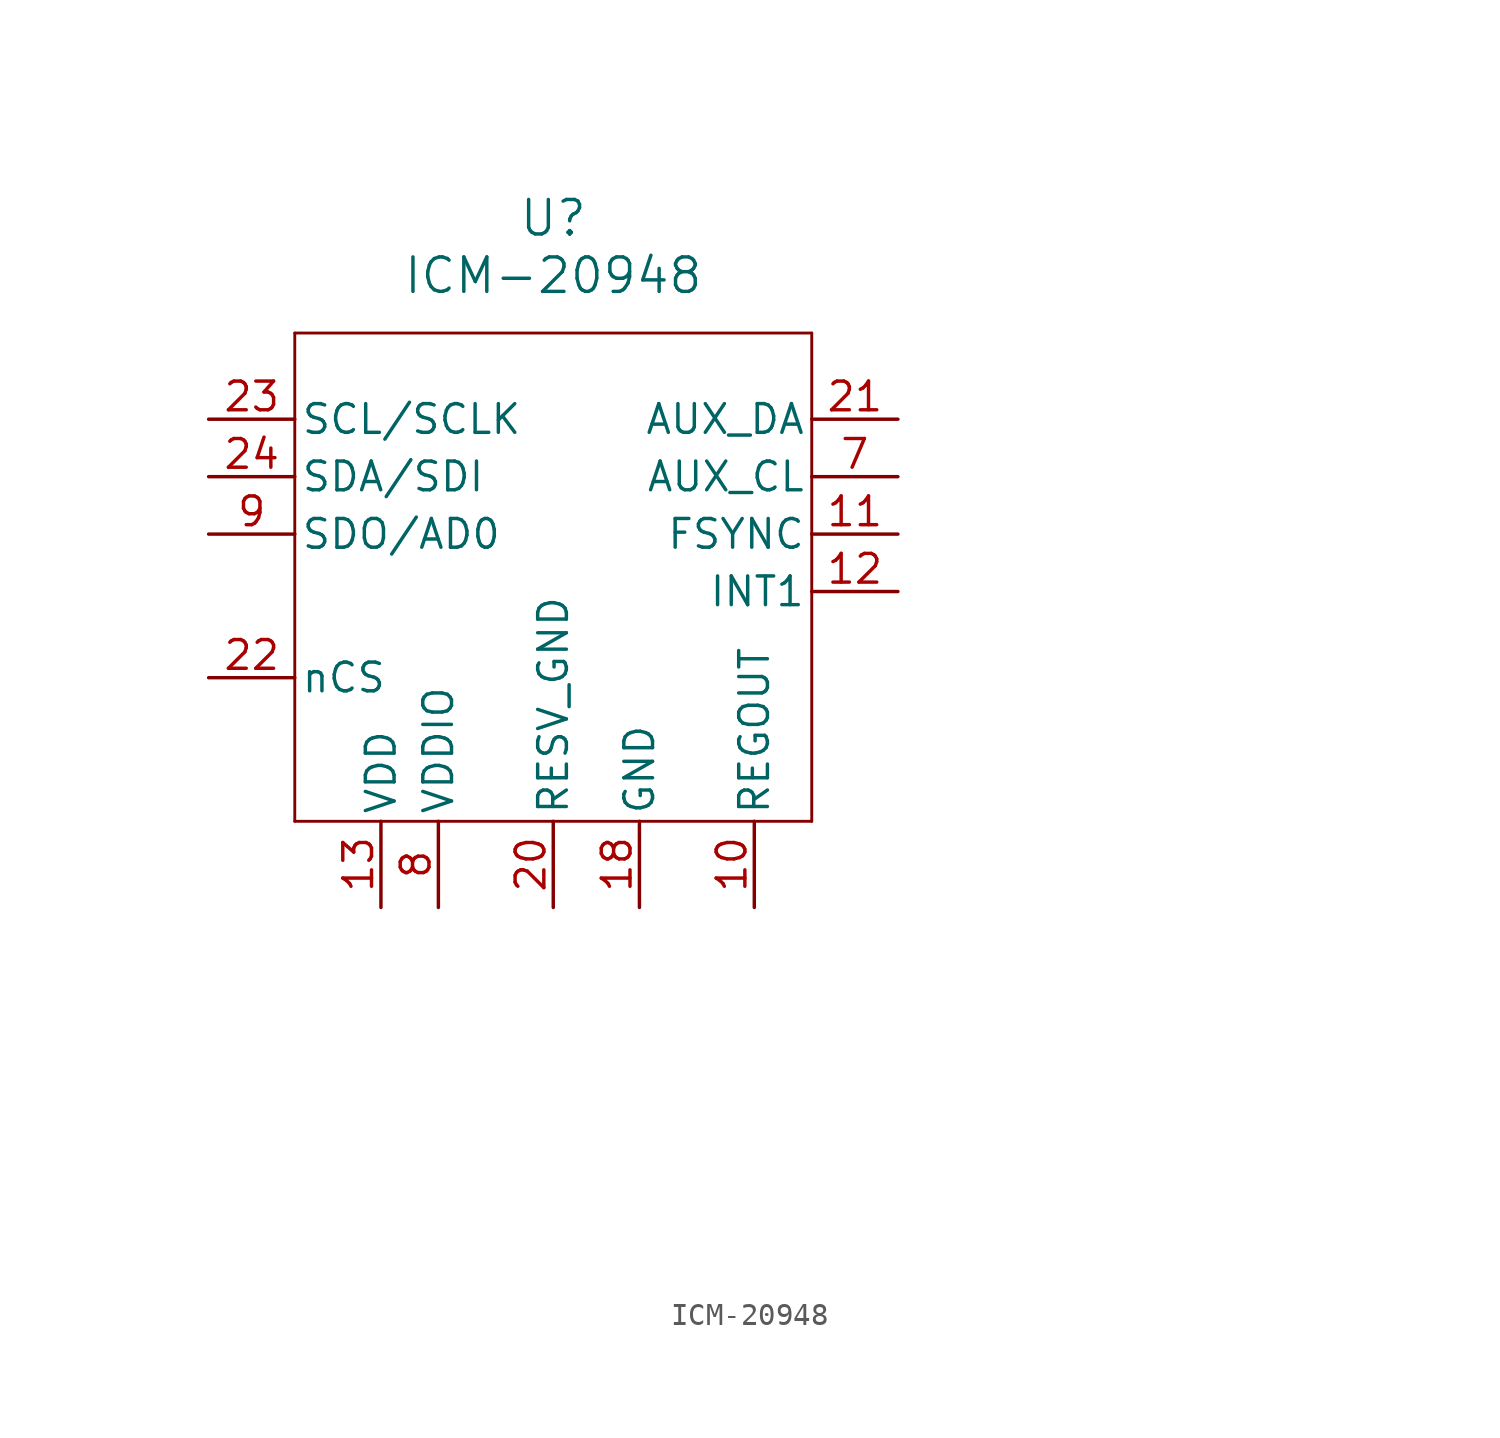
<source format=kicad_sym>
(kicad_symbol_lib
  (version 20220914)
  (generator kicad_symbol_editor)
  (symbol "ICM-20948"
    (pin_names
      (offset 0.254))
    (property "Reference" "U"
      (at 29.21 -2.54 0)
      (effects (font (size 1.524 1.524))))
    (property "Value" "ICM-20948"
      (at 29.21 -5.08 0)
      (effects (font (size 1.524 1.524))))
    (property "ki_locked" ""
      (at 0 0 0)
      (effects (font (size 1.27 1.27))))
    (symbol "ICM-20948_0_1"
      (polyline (pts (xy 17.78 -29.21) (xy 40.64 -29.21)) (stroke (width 0.127) (type default)) (fill (type none)))
      (polyline (pts (xy 17.78 -7.62) (xy 17.78 -29.21)) (stroke (width 0.127) (type default)) (fill (type none)))
      (polyline (pts (xy 40.64 -29.21) (xy 40.64 -7.62)) (stroke (width 0.127) (type default)) (fill (type none)))
      (polyline (pts (xy 40.64 -7.62) (xy 17.78 -7.62)) (stroke (width 0.127) (type default)) (fill (type none))))
    (symbol "ICM-20948_1_1"
      (pin no_connect line (at 62.23 -20.32 180) (length 3.81) hide (name "NC" (effects (font (size 1.27 1.27)))) (number "1" (effects (font (size 1.27 1.27)))))
      (pin output line (at 38.1 -33.02 90) (length 3.81) (name "REGOUT" (effects (font (size 1.27 1.27)))) (number "10" (effects (font (size 1.27 1.27)))))
      (pin input line (at 44.45 -16.51 180) (length 3.81) (name "FSYNC" (effects (font (size 1.27 1.27)))) (number "11" (effects (font (size 1.27 1.27)))))
      (pin output line (at 44.45 -19.05 180) (length 3.81) (name "INT1" (effects (font (size 1.27 1.27)))) (number "12" (effects (font (size 1.27 1.27)))))
      (pin power_in line (at 21.59 -33.02 90) (length 3.81) (name "VDD" (effects (font (size 1.27 1.27)))) (number "13" (effects (font (size 1.27 1.27)))))
      (pin no_connect line (at 62.23 -35.56 180) (length 3.81) hide (name "NC" (effects (font (size 1.27 1.27)))) (number "14" (effects (font (size 1.27 1.27)))))
      (pin no_connect line (at 62.23 -38.1 180) (length 3.81) hide (name "NC" (effects (font (size 1.27 1.27)))) (number "15" (effects (font (size 1.27 1.27)))))
      (pin no_connect line (at 62.23 -40.64 180) (length 3.81) hide (name "NC" (effects (font (size 1.27 1.27)))) (number "16" (effects (font (size 1.27 1.27)))))
      (pin no_connect line (at 62.23 -43.18 180) (length 3.81) hide (name "NC" (effects (font (size 1.27 1.27)))) (number "17" (effects (font (size 1.27 1.27)))))
      (pin power_out line (at 33.02 -33.02 90) (length 3.81) (name "GND" (effects (font (size 1.27 1.27)))) (number "18" (effects (font (size 1.27 1.27)))))
      (pin no_connect line (at 62.23 -45.72 180) (length 3.81) hide (name "RESV" (effects (font (size 1.27 1.27)))) (number "19" (effects (font (size 1.27 1.27)))))
      (pin no_connect line (at 62.23 -22.86 180) (length 3.81) hide (name "NC" (effects (font (size 1.27 1.27)))) (number "2" (effects (font (size 1.27 1.27)))))
      (pin power_out line (at 29.21 -33.02 90) (length 3.81) (name "RESV_GND" (effects (font (size 1.27 1.27)))) (number "20" (effects (font (size 1.27 1.27)))))
      (pin unspecified line (at 44.45 -11.43 180) (length 3.81) (name "AUX_DA" (effects (font (size 1.27 1.27)))) (number "21" (effects (font (size 1.27 1.27)))))
      (pin input line (at 13.97 -22.86 0) (length 3.81) (name "nCS" (effects (font (size 1.27 1.27)))) (number "22" (effects (font (size 1.27 1.27)))))
      (pin input line (at 13.97 -11.43 0) (length 3.81) (name "SCL/SCLK" (effects (font (size 1.27 1.27)))) (number "23" (effects (font (size 1.27 1.27)))))
      (pin input line (at 13.97 -13.97 0) (length 3.81) (name "SDA/SDI" (effects (font (size 1.27 1.27)))) (number "24" (effects (font (size 1.27 1.27)))))
      (pin no_connect line (at 62.23 -25.4 180) (length 3.81) hide (name "NC" (effects (font (size 1.27 1.27)))) (number "3" (effects (font (size 1.27 1.27)))))
      (pin no_connect line (at 62.23 -27.94 180) (length 3.81) hide (name "NC" (effects (font (size 1.27 1.27)))) (number "4" (effects (font (size 1.27 1.27)))))
      (pin no_connect line (at 62.23 -30.48 180) (length 3.81) hide (name "NC" (effects (font (size 1.27 1.27)))) (number "5" (effects (font (size 1.27 1.27)))))
      (pin no_connect line (at 62.23 -33.02 180) (length 3.81) hide (name "NC" (effects (font (size 1.27 1.27)))) (number "6" (effects (font (size 1.27 1.27)))))
      (pin unspecified line (at 44.45 -13.97 180) (length 3.81) (name "AUX_CL" (effects (font (size 1.27 1.27)))) (number "7" (effects (font (size 1.27 1.27)))))
      (pin power_in line (at 24.13 -33.02 90) (length 3.81) (name "VDDIO" (effects (font (size 1.27 1.27)))) (number "8" (effects (font (size 1.27 1.27)))))
      (pin bidirectional line (at 13.97 -16.51 0) (length 3.81) (name "SDO/AD0" (effects (font (size 1.27 1.27)))) (number "9" (effects (font (size 1.27 1.27))))))))
</source>
